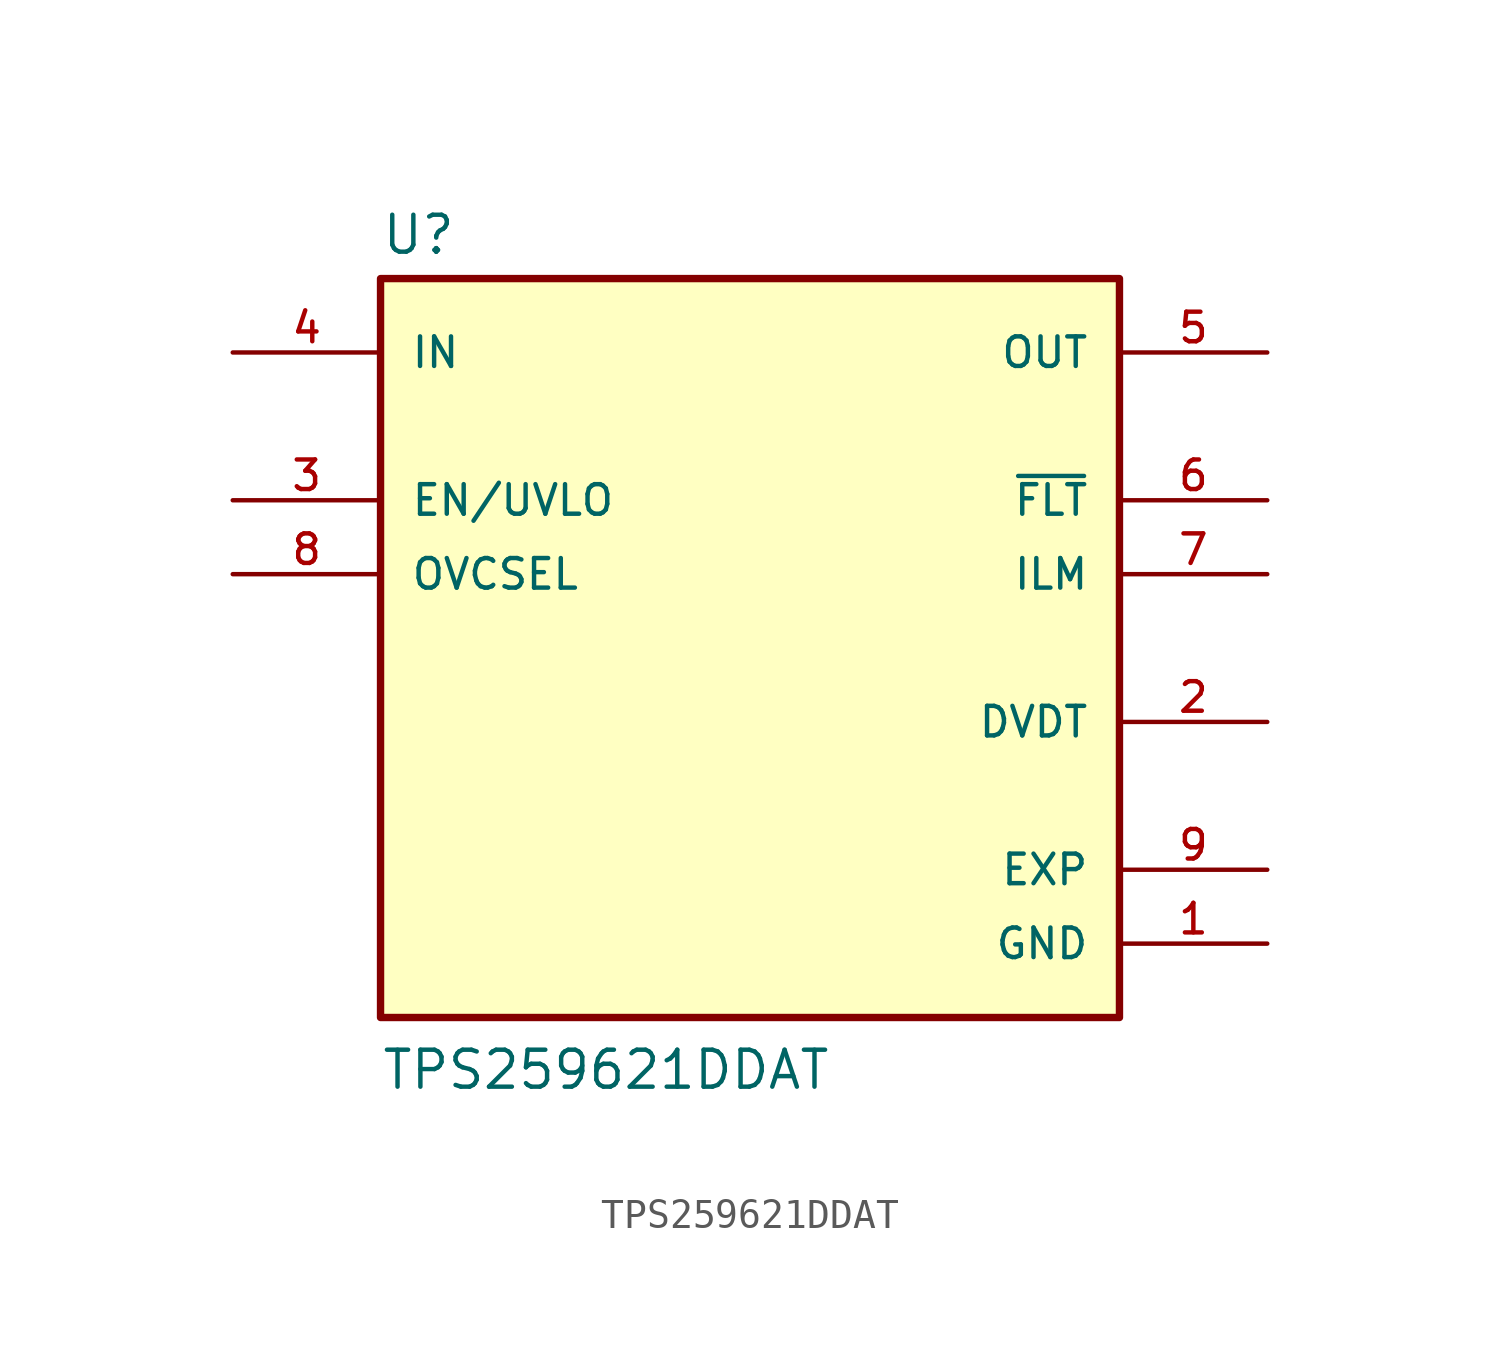
<source format=kicad_sym>
(kicad_symbol_lib
  (version 20211014)
  (generator kicad_symbol_editor)
  (symbol "TPS259621DDAT"
    (pin_names
      (offset 1.016))
    (property "Reference" "U"
      (at -12.7 13.462 0)
      (effects (font (size 1.27 1.27)) (justify bottom left)))
    (property "Value" "TPS259621DDAT"
      (at -12.7 -15.24 0)
      (effects (font (size 1.27 1.27)) (justify bottom left)))
    (symbol "TPS259621DDAT_0_0"
      (rectangle (start -12.7 -12.7) (end 12.7 12.7) (stroke (width 0.254)) (fill (type background)))
      (pin power_in line (at 17.78 -10.16 180.0) (length 5.08) (name "GND" (effects (font (size 1.016 1.016)))) (number "1" (effects (font (size 1.016 1.016)))))
      (pin output line (at 17.78 -2.54 180.0) (length 5.08) (name "DVDT" (effects (font (size 1.016 1.016)))) (number "2" (effects (font (size 1.016 1.016)))))
      (pin input line (at -17.78 5.08 0) (length 5.08) (name "EN/UVLO" (effects (font (size 1.016 1.016)))) (number "3" (effects (font (size 1.016 1.016)))))
      (pin input line (at -17.78 10.16 0) (length 5.08) (name "IN" (effects (font (size 1.016 1.016)))) (number "4" (effects (font (size 1.016 1.016)))))
      (pin output line (at 17.78 10.16 180.0) (length 5.08) (name "OUT" (effects (font (size 1.016 1.016)))) (number "5" (effects (font (size 1.016 1.016)))))
      (pin output line (at 17.78 5.08 180.0) (length 5.08) (name "~{FLT}" (effects (font (size 1.016 1.016)))) (number "6" (effects (font (size 1.016 1.016)))))
      (pin output line (at 17.78 2.54 180.0) (length 5.08) (name "ILM" (effects (font (size 1.016 1.016)))) (number "7" (effects (font (size 1.016 1.016)))))
      (pin input line (at -17.78 2.54 0) (length 5.08) (name "OVCSEL" (effects (font (size 1.016 1.016)))) (number "8" (effects (font (size 1.016 1.016)))))
      (pin power_in line (at 17.78 -7.62 180.0) (length 5.08) (name "EXP" (effects (font (size 1.016 1.016)))) (number "9" (effects (font (size 1.016 1.016))))))))
</source>
